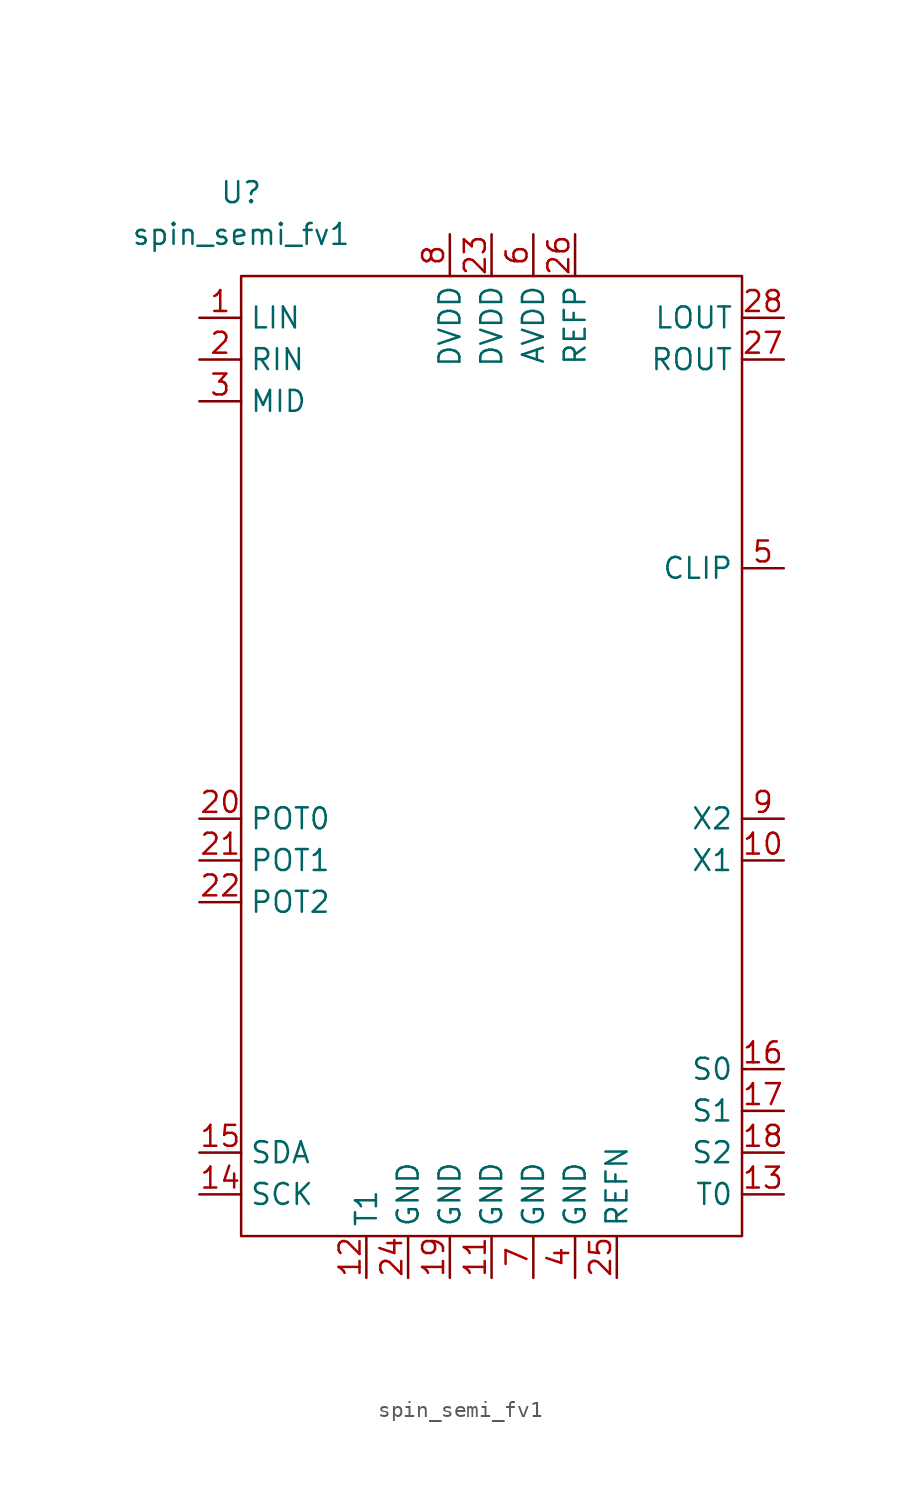
<source format=kicad_sym>
(kicad_symbol_lib
  (version 20211014)
  (generator kicad_symbol_editor)
  (symbol "spin_semi_fv1"
    (property "Reference" "U"
      (at -7.62 38.1 0)
      (effects (font (size 1.27 1.27))))
    (property "Value" "spin_semi_fv1"
      (at -7.62 35.56 0)
      (effects (font (size 1.27 1.27))))
    (symbol "spin_semi_fv1_0_1"
      (rectangle (start -7.62 33.02) (end 22.86 -25.4) (stroke (width 0) (type default) (color 0 0 0 0)) (fill (type none))))
    (symbol "spin_semi_fv1_1_1"
      (pin input line (at -10.16 30.48 0) (length 2.54) (name "LIN" (effects (font (size 1.27 1.27)))) (number "1" (effects (font (size 1.27 1.27)))))
      (pin bidirectional line (at 25.4 -2.54 180) (length 2.54) (name "X1" (effects (font (size 1.27 1.27)))) (number "10" (effects (font (size 1.27 1.27)))))
      (pin power_in line (at 7.62 -27.94 90) (length 2.54) (name "GND" (effects (font (size 1.27 1.27)))) (number "11" (effects (font (size 1.27 1.27)))))
      (pin input line (at 0 -27.94 90) (length 2.54) (name "T1" (effects (font (size 1.27 1.27)))) (number "12" (effects (font (size 1.27 1.27)))))
      (pin input line (at 25.4 -22.86 180) (length 2.54) (name "T0" (effects (font (size 1.27 1.27)))) (number "13" (effects (font (size 1.27 1.27)))))
      (pin input line (at -10.16 -22.86 0) (length 2.54) (name "SCK" (effects (font (size 1.27 1.27)))) (number "14" (effects (font (size 1.27 1.27)))))
      (pin input line (at -10.16 -20.32 0) (length 2.54) (name "SDA" (effects (font (size 1.27 1.27)))) (number "15" (effects (font (size 1.27 1.27)))))
      (pin input line (at 25.4 -15.24 180) (length 2.54) (name "S0" (effects (font (size 1.27 1.27)))) (number "16" (effects (font (size 1.27 1.27)))))
      (pin input line (at 25.4 -17.78 180) (length 2.54) (name "S1" (effects (font (size 1.27 1.27)))) (number "17" (effects (font (size 1.27 1.27)))))
      (pin input line (at 25.4 -20.32 180) (length 2.54) (name "S2" (effects (font (size 1.27 1.27)))) (number "18" (effects (font (size 1.27 1.27)))))
      (pin power_in line (at 5.08 -27.94 90) (length 2.54) (name "GND" (effects (font (size 1.27 1.27)))) (number "19" (effects (font (size 1.27 1.27)))))
      (pin input line (at -10.16 27.94 0) (length 2.54) (name "RIN" (effects (font (size 1.27 1.27)))) (number "2" (effects (font (size 1.27 1.27)))))
      (pin input line (at -10.16 0 0) (length 2.54) (name "POT0" (effects (font (size 1.27 1.27)))) (number "20" (effects (font (size 1.27 1.27)))))
      (pin input line (at -10.16 -2.54 0) (length 2.54) (name "POT1" (effects (font (size 1.27 1.27)))) (number "21" (effects (font (size 1.27 1.27)))))
      (pin input line (at -10.16 -5.08 0) (length 2.54) (name "POT2" (effects (font (size 1.27 1.27)))) (number "22" (effects (font (size 1.27 1.27)))))
      (pin power_in line (at 7.62 35.56 270) (length 2.54) (name "DVDD" (effects (font (size 1.27 1.27)))) (number "23" (effects (font (size 1.27 1.27)))))
      (pin power_in line (at 2.54 -27.94 90) (length 2.54) (name "GND" (effects (font (size 1.27 1.27)))) (number "24" (effects (font (size 1.27 1.27)))))
      (pin input line (at 15.24 -27.94 90) (length 2.54) (name "REFN" (effects (font (size 1.27 1.27)))) (number "25" (effects (font (size 1.27 1.27)))))
      (pin input line (at 12.7 35.56 270) (length 2.54) (name "REFP" (effects (font (size 1.27 1.27)))) (number "26" (effects (font (size 1.27 1.27)))))
      (pin output line (at 25.4 27.94 180) (length 2.54) (name "ROUT" (effects (font (size 1.27 1.27)))) (number "27" (effects (font (size 1.27 1.27)))))
      (pin output line (at 25.4 30.48 180) (length 2.54) (name "LOUT" (effects (font (size 1.27 1.27)))) (number "28" (effects (font (size 1.27 1.27)))))
      (pin input line (at -10.16 25.4 0) (length 2.54) (name "MID" (effects (font (size 1.27 1.27)))) (number "3" (effects (font (size 1.27 1.27)))))
      (pin power_in line (at 12.7 -27.94 90) (length 2.54) (name "GND" (effects (font (size 1.27 1.27)))) (number "4" (effects (font (size 1.27 1.27)))))
      (pin output line (at 25.4 15.24 180) (length 2.54) (name "CLIP" (effects (font (size 1.27 1.27)))) (number "5" (effects (font (size 1.27 1.27)))))
      (pin power_in line (at 10.16 35.56 270) (length 2.54) (name "AVDD" (effects (font (size 1.27 1.27)))) (number "6" (effects (font (size 1.27 1.27)))))
      (pin power_in line (at 10.16 -27.94 90) (length 2.54) (name "GND" (effects (font (size 1.27 1.27)))) (number "7" (effects (font (size 1.27 1.27)))))
      (pin power_in line (at 5.08 35.56 270) (length 2.54) (name "DVDD" (effects (font (size 1.27 1.27)))) (number "8" (effects (font (size 1.27 1.27)))))
      (pin bidirectional line (at 25.4 0 180) (length 2.54) (name "X2" (effects (font (size 1.27 1.27)))) (number "9" (effects (font (size 1.27 1.27))))))))
</source>
